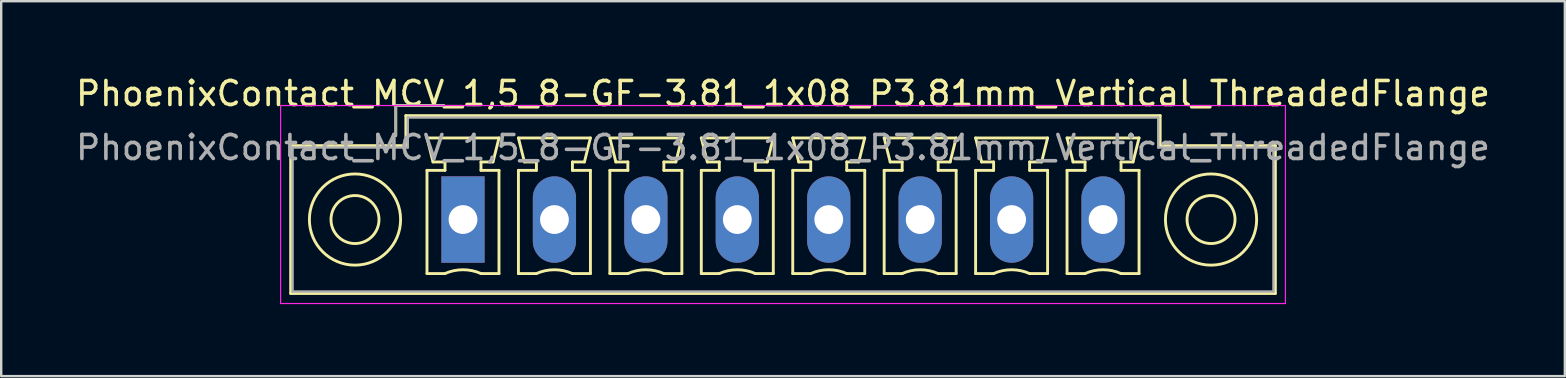
<source format=kicad_pcb>
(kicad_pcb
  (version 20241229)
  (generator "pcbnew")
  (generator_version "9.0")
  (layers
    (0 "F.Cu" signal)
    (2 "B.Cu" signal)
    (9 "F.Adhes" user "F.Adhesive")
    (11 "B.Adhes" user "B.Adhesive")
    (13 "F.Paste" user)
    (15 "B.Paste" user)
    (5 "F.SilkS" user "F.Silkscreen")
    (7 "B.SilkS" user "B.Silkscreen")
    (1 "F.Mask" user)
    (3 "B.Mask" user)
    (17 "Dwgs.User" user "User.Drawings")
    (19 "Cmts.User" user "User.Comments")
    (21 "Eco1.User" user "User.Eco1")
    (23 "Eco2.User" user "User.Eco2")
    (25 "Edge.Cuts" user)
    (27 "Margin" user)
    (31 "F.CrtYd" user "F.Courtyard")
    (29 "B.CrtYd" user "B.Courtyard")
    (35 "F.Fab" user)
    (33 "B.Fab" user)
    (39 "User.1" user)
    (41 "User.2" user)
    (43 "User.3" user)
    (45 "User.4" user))
  (footprint "PhoenixContact_MCV_1,5_8-GF-3.81_1x08_P3.81mm_Vertical_ThreadedFlange"
    (layer "F.Cu")
    (at 16.242 6.098)
    (property "Reference" "PhoenixContact_MCV_1,5_8-GF-3.81_1x08_P3.81mm_Vertical_ThreadedFlange" (at 13.335 -5.25 0) (layer "F.SilkS") (effects (font (size 1 1) (thickness 0.15))))
    (attr through_hole)
    (fp_line (start -7.18 -3.08) (end -7.18 3.08) (stroke (width 0.12) (type solid)) (layer "F.SilkS"))
    (fp_line (start -7.18 3.08) (end 33.85 3.08) (stroke (width 0.12) (type solid)) (layer "F.SilkS"))
    (fp_line (start -2.8 -4.75) (end -0.8 -4.75) (stroke (width 0.12) (type solid)) (layer "F.SilkS"))
    (fp_line (start -2.8 -3.5) (end -2.8 -4.75) (stroke (width 0.12) (type solid)) (layer "F.SilkS"))
    (fp_line (start -2.38 -4.33) (end -2.38 -3.08) (stroke (width 0.12) (type solid)) (layer "F.SilkS"))
    (fp_line (start -2.38 -3.08) (end -7.18 -3.08) (stroke (width 0.12) (type solid)) (layer "F.SilkS"))
    (fp_line (start -1.5 -3.4) (end 1.5 -3.4) (stroke (width 0.12) (type solid)) (layer "F.SilkS"))
    (fp_line (start -1.5 -2.05) (end -0.75 -2.05) (stroke (width 0.12) (type solid)) (layer "F.SilkS"))
    (fp_line (start -1.5 2.25) (end -1.5 -2.05) (stroke (width 0.12) (type solid)) (layer "F.SilkS"))
    (fp_line (start -1.25 -2.4) (end -1.5 -3.4) (stroke (width 0.12) (type solid)) (layer "F.SilkS"))
    (fp_line (start -0.75 -2.4) (end -1.25 -2.4) (stroke (width 0.12) (type solid)) (layer "F.SilkS"))
    (fp_line (start -0.75 -2.05) (end -0.75 -2.4) (stroke (width 0.12) (type solid)) (layer "F.SilkS"))
    (fp_line (start -0.75 2.25) (end -1.5 2.25) (stroke (width 0.12) (type solid)) (layer "F.SilkS"))
    (fp_line (start 0.75 -2.4) (end 0.75 -2.05) (stroke (width 0.12) (type solid)) (layer "F.SilkS"))
    (fp_line (start 0.75 -2.05) (end 1.5 -2.05) (stroke (width 0.12) (type solid)) (layer "F.SilkS"))
    (fp_line (start 1.25 -2.4) (end 0.75 -2.4) (stroke (width 0.12) (type solid)) (layer "F.SilkS"))
    (fp_line (start 1.5 -3.4) (end 1.25 -2.4) (stroke (width 0.12) (type solid)) (layer "F.SilkS"))
    (fp_line (start 1.5 -2.05) (end 1.5 2.25) (stroke (width 0.12) (type solid)) (layer "F.SilkS"))
    (fp_line (start 1.5 2.25) (end 0.75 2.25) (stroke (width 0.12) (type solid)) (layer "F.SilkS"))
    (fp_line (start 2.31 -3.4) (end 5.31 -3.4) (stroke (width 0.12) (type solid)) (layer "F.SilkS"))
    (fp_line (start 2.31 -2.05) (end 3.06 -2.05) (stroke (width 0.12) (type solid)) (layer "F.SilkS"))
    (fp_line (start 2.31 2.25) (end 2.31 -2.05) (stroke (width 0.12) (type solid)) (layer "F.SilkS"))
    (fp_line (start 2.56 -2.4) (end 2.31 -3.4) (stroke (width 0.12) (type solid)) (layer "F.SilkS"))
    (fp_line (start 3.06 -2.4) (end 2.56 -2.4) (stroke (width 0.12) (type solid)) (layer "F.SilkS"))
    (fp_line (start 3.06 -2.05) (end 3.06 -2.4) (stroke (width 0.12) (type solid)) (layer "F.SilkS"))
    (fp_line (start 3.06 2.25) (end 2.31 2.25) (stroke (width 0.12) (type solid)) (layer "F.SilkS"))
    (fp_line (start 4.56 -2.4) (end 4.56 -2.05) (stroke (width 0.12) (type solid)) (layer "F.SilkS"))
    (fp_line (start 4.56 -2.05) (end 5.31 -2.05) (stroke (width 0.12) (type solid)) (layer "F.SilkS"))
    (fp_line (start 5.06 -2.4) (end 4.56 -2.4) (stroke (width 0.12) (type solid)) (layer "F.SilkS"))
    (fp_line (start 5.31 -3.4) (end 5.06 -2.4) (stroke (width 0.12) (type solid)) (layer "F.SilkS"))
    (fp_line (start 5.31 -2.05) (end 5.31 2.25) (stroke (width 0.12) (type solid)) (layer "F.SilkS"))
    (fp_line (start 5.31 2.25) (end 4.56 2.25) (stroke (width 0.12) (type solid)) (layer "F.SilkS"))
    (fp_line (start 6.12 -3.4) (end 9.12 -3.4) (stroke (width 0.12) (type solid)) (layer "F.SilkS"))
    (fp_line (start 6.12 -2.05) (end 6.87 -2.05) (stroke (width 0.12) (type solid)) (layer "F.SilkS"))
    (fp_line (start 6.12 2.25) (end 6.12 -2.05) (stroke (width 0.12) (type solid)) (layer "F.SilkS"))
    (fp_line (start 6.37 -2.4) (end 6.12 -3.4) (stroke (width 0.12) (type solid)) (layer "F.SilkS"))
    (fp_line (start 6.87 -2.4) (end 6.37 -2.4) (stroke (width 0.12) (type solid)) (layer "F.SilkS"))
    (fp_line (start 6.87 -2.05) (end 6.87 -2.4) (stroke (width 0.12) (type solid)) (layer "F.SilkS"))
    (fp_line (start 6.87 2.25) (end 6.12 2.25) (stroke (width 0.12) (type solid)) (layer "F.SilkS"))
    (fp_line (start 8.37 -2.4) (end 8.37 -2.05) (stroke (width 0.12) (type solid)) (layer "F.SilkS"))
    (fp_line (start 8.37 -2.05) (end 9.12 -2.05) (stroke (width 0.12) (type solid)) (layer "F.SilkS"))
    (fp_line (start 8.87 -2.4) (end 8.37 -2.4) (stroke (width 0.12) (type solid)) (layer "F.SilkS"))
    (fp_line (start 9.12 -3.4) (end 8.87 -2.4) (stroke (width 0.12) (type solid)) (layer "F.SilkS"))
    (fp_line (start 9.12 -2.05) (end 9.12 2.25) (stroke (width 0.12) (type solid)) (layer "F.SilkS"))
    (fp_line (start 9.12 2.25) (end 8.37 2.25) (stroke (width 0.12) (type solid)) (layer "F.SilkS"))
    (fp_line (start 9.93 -3.4) (end 12.93 -3.4) (stroke (width 0.12) (type solid)) (layer "F.SilkS"))
    (fp_line (start 9.93 -2.05) (end 10.68 -2.05) (stroke (width 0.12) (type solid)) (layer "F.SilkS"))
    (fp_line (start 9.93 2.25) (end 9.93 -2.05) (stroke (width 0.12) (type solid)) (layer "F.SilkS"))
    (fp_line (start 10.18 -2.4) (end 9.93 -3.4) (stroke (width 0.12) (type solid)) (layer "F.SilkS"))
    (fp_line (start 10.68 -2.4) (end 10.18 -2.4) (stroke (width 0.12) (type solid)) (layer "F.SilkS"))
    (fp_line (start 10.68 -2.05) (end 10.68 -2.4) (stroke (width 0.12) (type solid)) (layer "F.SilkS"))
    (fp_line (start 10.68 2.25) (end 9.93 2.25) (stroke (width 0.12) (type solid)) (layer "F.SilkS"))
    (fp_line (start 12.18 -2.4) (end 12.18 -2.05) (stroke (width 0.12) (type solid)) (layer "F.SilkS"))
    (fp_line (start 12.18 -2.05) (end 12.93 -2.05) (stroke (width 0.12) (type solid)) (layer "F.SilkS"))
    (fp_line (start 12.68 -2.4) (end 12.18 -2.4) (stroke (width 0.12) (type solid)) (layer "F.SilkS"))
    (fp_line (start 12.93 -3.4) (end 12.68 -2.4) (stroke (width 0.12) (type solid)) (layer "F.SilkS"))
    (fp_line (start 12.93 -2.05) (end 12.93 2.25) (stroke (width 0.12) (type solid)) (layer "F.SilkS"))
    (fp_line (start 12.93 2.25) (end 12.18 2.25) (stroke (width 0.12) (type solid)) (layer "F.SilkS"))
    (fp_line (start 13.74 -3.4) (end 16.74 -3.4) (stroke (width 0.12) (type solid)) (layer "F.SilkS"))
    (fp_line (start 13.74 -2.05) (end 14.49 -2.05) (stroke (width 0.12) (type solid)) (layer "F.SilkS"))
    (fp_line (start 13.74 2.25) (end 13.74 -2.05) (stroke (width 0.12) (type solid)) (layer "F.SilkS"))
    (fp_line (start 13.99 -2.4) (end 13.74 -3.4) (stroke (width 0.12) (type solid)) (layer "F.SilkS"))
    (fp_line (start 14.49 -2.4) (end 13.99 -2.4) (stroke (width 0.12) (type solid)) (layer "F.SilkS"))
    (fp_line (start 14.49 -2.05) (end 14.49 -2.4) (stroke (width 0.12) (type solid)) (layer "F.SilkS"))
    (fp_line (start 14.49 2.25) (end 13.74 2.25) (stroke (width 0.12) (type solid)) (layer "F.SilkS"))
    (fp_line (start 15.99 -2.4) (end 15.99 -2.05) (stroke (width 0.12) (type solid)) (layer "F.SilkS"))
    (fp_line (start 15.99 -2.05) (end 16.74 -2.05) (stroke (width 0.12) (type solid)) (layer "F.SilkS"))
    (fp_line (start 16.49 -2.4) (end 15.99 -2.4) (stroke (width 0.12) (type solid)) (layer "F.SilkS"))
    (fp_line (start 16.74 -3.4) (end 16.49 -2.4) (stroke (width 0.12) (type solid)) (layer "F.SilkS"))
    (fp_line (start 16.74 -2.05) (end 16.74 2.25) (stroke (width 0.12) (type solid)) (layer "F.SilkS"))
    (fp_line (start 16.74 2.25) (end 15.99 2.25) (stroke (width 0.12) (type solid)) (layer "F.SilkS"))
    (fp_line (start 17.55 -3.4) (end 20.55 -3.4) (stroke (width 0.12) (type solid)) (layer "F.SilkS"))
    (fp_line (start 17.55 -2.05) (end 18.3 -2.05) (stroke (width 0.12) (type solid)) (layer "F.SilkS"))
    (fp_line (start 17.55 2.25) (end 17.55 -2.05) (stroke (width 0.12) (type solid)) (layer "F.SilkS"))
    (fp_line (start 17.8 -2.4) (end 17.55 -3.4) (stroke (width 0.12) (type solid)) (layer "F.SilkS"))
    (fp_line (start 18.3 -2.4) (end 17.8 -2.4) (stroke (width 0.12) (type solid)) (layer "F.SilkS"))
    (fp_line (start 18.3 -2.05) (end 18.3 -2.4) (stroke (width 0.12) (type solid)) (layer "F.SilkS"))
    (fp_line (start 18.3 2.25) (end 17.55 2.25) (stroke (width 0.12) (type solid)) (layer "F.SilkS"))
    (fp_line (start 19.8 -2.4) (end 19.8 -2.05) (stroke (width 0.12) (type solid)) (layer "F.SilkS"))
    (fp_line (start 19.8 -2.05) (end 20.55 -2.05) (stroke (width 0.12) (type solid)) (layer "F.SilkS"))
    (fp_line (start 20.3 -2.4) (end 19.8 -2.4) (stroke (width 0.12) (type solid)) (layer "F.SilkS"))
    (fp_line (start 20.55 -3.4) (end 20.3 -2.4) (stroke (width 0.12) (type solid)) (layer "F.SilkS"))
    (fp_line (start 20.55 -2.05) (end 20.55 2.25) (stroke (width 0.12) (type solid)) (layer "F.SilkS"))
    (fp_line (start 20.55 2.25) (end 19.8 2.25) (stroke (width 0.12) (type solid)) (layer "F.SilkS"))
    (fp_line (start 21.36 -3.4) (end 24.36 -3.4) (stroke (width 0.12) (type solid)) (layer "F.SilkS"))
    (fp_line (start 21.36 -2.05) (end 22.11 -2.05) (stroke (width 0.12) (type solid)) (layer "F.SilkS"))
    (fp_line (start 21.36 2.25) (end 21.36 -2.05) (stroke (width 0.12) (type solid)) (layer "F.SilkS"))
    (fp_line (start 21.61 -2.4) (end 21.36 -3.4) (stroke (width 0.12) (type solid)) (layer "F.SilkS"))
    (fp_line (start 22.11 -2.4) (end 21.61 -2.4) (stroke (width 0.12) (type solid)) (layer "F.SilkS"))
    (fp_line (start 22.11 -2.05) (end 22.11 -2.4) (stroke (width 0.12) (type solid)) (layer "F.SilkS"))
    (fp_line (start 22.11 2.25) (end 21.36 2.25) (stroke (width 0.12) (type solid)) (layer "F.SilkS"))
    (fp_line (start 23.61 -2.4) (end 23.61 -2.05) (stroke (width 0.12) (type solid)) (layer "F.SilkS"))
    (fp_line (start 23.61 -2.05) (end 24.36 -2.05) (stroke (width 0.12) (type solid)) (layer "F.SilkS"))
    (fp_line (start 24.11 -2.4) (end 23.61 -2.4) (stroke (width 0.12) (type solid)) (layer "F.SilkS"))
    (fp_line (start 24.36 -3.4) (end 24.11 -2.4) (stroke (width 0.12) (type solid)) (layer "F.SilkS"))
    (fp_line (start 24.36 -2.05) (end 24.36 2.25) (stroke (width 0.12) (type solid)) (layer "F.SilkS"))
    (fp_line (start 24.36 2.25) (end 23.61 2.25) (stroke (width 0.12) (type solid)) (layer "F.SilkS"))
    (fp_line (start 25.17 -3.4) (end 28.17 -3.4) (stroke (width 0.12) (type solid)) (layer "F.SilkS"))
    (fp_line (start 25.17 -2.05) (end 25.92 -2.05) (stroke (width 0.12) (type solid)) (layer "F.SilkS"))
    (fp_line (start 25.17 2.25) (end 25.17 -2.05) (stroke (width 0.12) (type solid)) (layer "F.SilkS"))
    (fp_line (start 25.42 -2.4) (end 25.17 -3.4) (stroke (width 0.12) (type solid)) (layer "F.SilkS"))
    (fp_line (start 25.92 -2.4) (end 25.42 -2.4) (stroke (width 0.12) (type solid)) (layer "F.SilkS"))
    (fp_line (start 25.92 -2.05) (end 25.92 -2.4) (stroke (width 0.12) (type solid)) (layer "F.SilkS"))
    (fp_line (start 25.92 2.25) (end 25.17 2.25) (stroke (width 0.12) (type solid)) (layer "F.SilkS"))
    (fp_line (start 27.42 -2.4) (end 27.42 -2.05) (stroke (width 0.12) (type solid)) (layer "F.SilkS"))
    (fp_line (start 27.42 -2.05) (end 28.17 -2.05) (stroke (width 0.12) (type solid)) (layer "F.SilkS"))
    (fp_line (start 27.92 -2.4) (end 27.42 -2.4) (stroke (width 0.12) (type solid)) (layer "F.SilkS"))
    (fp_line (start 28.17 -3.4) (end 27.92 -2.4) (stroke (width 0.12) (type solid)) (layer "F.SilkS"))
    (fp_line (start 28.17 -2.05) (end 28.17 2.25) (stroke (width 0.12) (type solid)) (layer "F.SilkS"))
    (fp_line (start 28.17 2.25) (end 27.42 2.25) (stroke (width 0.12) (type solid)) (layer "F.SilkS"))
    (fp_line (start 29.05 -4.33) (end -2.38 -4.33) (stroke (width 0.12) (type solid)) (layer "F.SilkS"))
    (fp_line (start 29.05 -3.08) (end 29.05 -4.33) (stroke (width 0.12) (type solid)) (layer "F.SilkS"))
    (fp_line (start 33.85 -3.08) (end 29.05 -3.08) (stroke (width 0.12) (type solid)) (layer "F.SilkS"))
    (fp_line (start 33.85 3.08) (end 33.85 -3.08) (stroke (width 0.12) (type solid)) (layer "F.SilkS"))
    (fp_arc (start -0.75 2.25) (mid -0.000193 2.09191) (end 0.749647 2.249844) (stroke (width 0.12) (type solid)) (layer "F.SilkS"))
    (fp_arc (start 3.06 2.25) (mid 3.809807 2.09191) (end 4.559647 2.249844) (stroke (width 0.12) (type solid)) (layer "F.SilkS"))
    (fp_arc (start 6.87 2.25) (mid 7.619807 2.09191) (end 8.369647 2.249844) (stroke (width 0.12) (type solid)) (layer "F.SilkS"))
    (fp_arc (start 10.68 2.25) (mid 11.429807 2.09191) (end 12.179647 2.249844) (stroke (width 0.12) (type solid)) (layer "F.SilkS"))
    (fp_arc (start 14.49 2.25) (mid 15.239807 2.09191) (end 15.989647 2.249844) (stroke (width 0.12) (type solid)) (layer "F.SilkS"))
    (fp_arc (start 18.3 2.25) (mid 19.049807 2.09191) (end 19.799647 2.249844) (stroke (width 0.12) (type solid)) (layer "F.SilkS"))
    (fp_arc (start 22.11 2.25) (mid 22.859807 2.09191) (end 23.609647 2.249844) (stroke (width 0.12) (type solid)) (layer "F.SilkS"))
    (fp_arc (start 25.92 2.25) (mid 26.669807 2.09191) (end 27.419647 2.249844) (stroke (width 0.12) (type solid)) (layer "F.SilkS"))
    (fp_circle (center -4.5 0) (end -3.5 0) (stroke (width 0.12) (type solid)) (fill no) (layer "F.SilkS"))
    (fp_circle (center -4.5 0) (end -2.6 0) (stroke (width 0.12) (type solid)) (fill no) (layer "F.SilkS"))
    (fp_circle (center 31.17 0) (end 32.17 0) (stroke (width 0.12) (type solid)) (fill no) (layer "F.SilkS"))
    (fp_circle (center 31.17 0) (end 33.07 0) (stroke (width 0.12) (type solid)) (fill no) (layer "F.SilkS"))
    (fp_line (start -7.6 -4.75) (end -7.6 3.5) (stroke (width 0.05) (type solid)) (layer "F.CrtYd"))
    (fp_line (start -7.6 3.5) (end 34.27 3.5) (stroke (width 0.05) (type solid)) (layer "F.CrtYd"))
    (fp_line (start 34.27 -4.75) (end -7.6 -4.75) (stroke (width 0.05) (type solid)) (layer "F.CrtYd"))
    (fp_line (start 34.27 3.5) (end 34.27 -4.75) (stroke (width 0.05) (type solid)) (layer "F.CrtYd"))
    (fp_line (start -7.1 -3) (end -7.1 3) (stroke (width 0.1) (type solid)) (layer "F.Fab"))
    (fp_line (start -7.1 3) (end 33.77 3) (stroke (width 0.1) (type solid)) (layer "F.Fab"))
    (fp_line (start -2.8 -4.75) (end -0.8 -4.75) (stroke (width 0.1) (type solid)) (layer "F.Fab"))
    (fp_line (start -2.8 -3.5) (end -2.8 -4.75) (stroke (width 0.1) (type solid)) (layer "F.Fab"))
    (fp_line (start -2.3 -4.25) (end -2.3 -3) (stroke (width 0.1) (type solid)) (layer "F.Fab"))
    (fp_line (start -2.3 -3) (end -7.1 -3) (stroke (width 0.1) (type solid)) (layer "F.Fab"))
    (fp_line (start 28.97 -4.25) (end -2.3 -4.25) (stroke (width 0.1) (type solid)) (layer "F.Fab"))
    (fp_line (start 28.97 -3) (end 28.97 -4.25) (stroke (width 0.1) (type solid)) (layer "F.Fab"))
    (fp_line (start 33.77 -3) (end 28.97 -3) (stroke (width 0.1) (type solid)) (layer "F.Fab"))
    (fp_line (start 33.77 3) (end 33.77 -3) (stroke (width 0.1) (type solid)) (layer "F.Fab"))
    (fp_text user "${REFERENCE}" (at 13.335 -3 0) (layer "F.Fab") (effects (font (size 1 1) (thickness 0.15))))
    (pad "1" thru_hole rect (at 0 0) (size 1.8 3.6) (drill 1.2) (layers "*.Cu" "*.Mask"))
    (pad "2" thru_hole oval (at 3.81 0) (size 1.8 3.6) (drill 1.2) (layers "*.Cu" "*.Mask"))
    (pad "3" thru_hole oval (at 7.62 0) (size 1.8 3.6) (drill 1.2) (layers "*.Cu" "*.Mask"))
    (pad "4" thru_hole oval (at 11.43 0) (size 1.8 3.6) (drill 1.2) (layers "*.Cu" "*.Mask"))
    (pad "5" thru_hole oval (at 15.24 0) (size 1.8 3.6) (drill 1.2) (layers "*.Cu" "*.Mask"))
    (pad "6" thru_hole oval (at 19.05 0) (size 1.8 3.6) (drill 1.2) (layers "*.Cu" "*.Mask"))
    (pad "7" thru_hole oval (at 22.86 0) (size 1.8 3.6) (drill 1.2) (layers "*.Cu" "*.Mask"))
    (pad "8" thru_hole oval (at 26.67 0) (size 1.8 3.6) (drill 1.2) (layers "*.Cu" "*.Mask")))
  (gr_rect
    (start -3 -3)
    (end 62.155 12.623)
    (stroke (width 0.1) (type default))
    (fill no)
    (layer "Edge.Cuts")))
</source>
